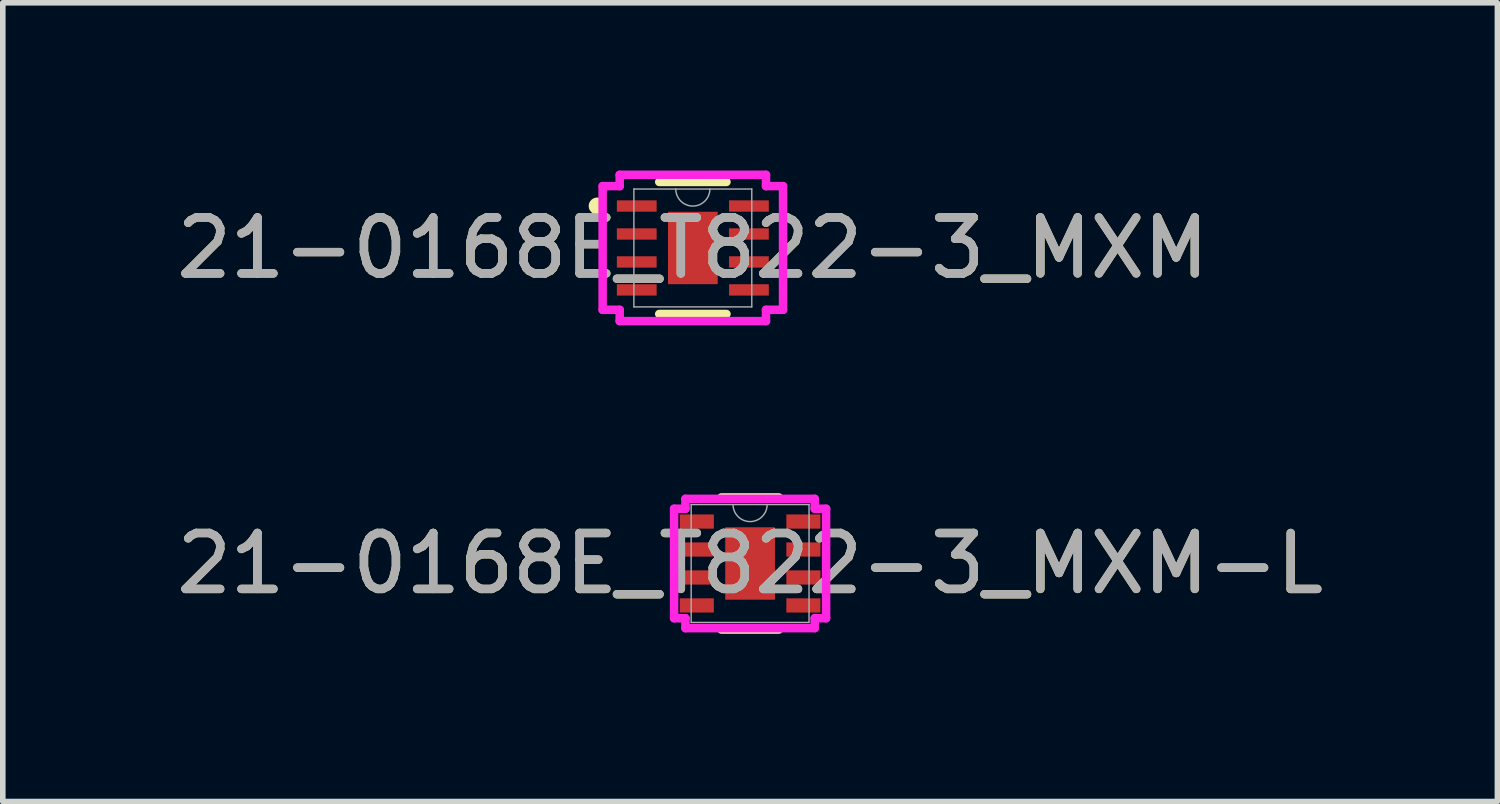
<source format=kicad_pcb>
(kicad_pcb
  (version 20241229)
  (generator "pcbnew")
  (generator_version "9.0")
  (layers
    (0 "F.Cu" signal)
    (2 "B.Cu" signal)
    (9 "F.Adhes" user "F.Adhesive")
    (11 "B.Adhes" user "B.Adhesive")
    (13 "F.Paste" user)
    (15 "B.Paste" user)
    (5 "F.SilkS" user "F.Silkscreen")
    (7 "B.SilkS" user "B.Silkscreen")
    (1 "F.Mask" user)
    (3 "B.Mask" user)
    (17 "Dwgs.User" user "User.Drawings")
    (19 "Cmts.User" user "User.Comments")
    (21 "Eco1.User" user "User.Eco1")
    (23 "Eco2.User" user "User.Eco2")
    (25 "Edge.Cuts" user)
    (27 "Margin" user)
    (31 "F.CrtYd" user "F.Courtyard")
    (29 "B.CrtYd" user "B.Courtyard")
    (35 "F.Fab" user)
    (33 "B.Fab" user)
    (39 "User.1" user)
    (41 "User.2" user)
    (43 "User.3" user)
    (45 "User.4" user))
  (footprint "21-0168E_T822-3_MXM-L"
    (layer "F.Cu")
    (at 10.363 7.026)
    (property "Reference" "21-0168E_T822-3_MXM-L" (at 0 0 0) (unlocked yes) (layer "F.SilkS") (effects (font (size 1 1) (thickness 0.15))))
    (attr smd)
    (fp_line (start -0.513 1.181) (end 0.513 1.181) (stroke (width 0.152) (type solid)) (layer "F.SilkS"))
    (fp_line (start 0.513 -1.181) (end -0.513 -1.181) (stroke (width 0.152) (type solid)) (layer "F.SilkS"))
    (fp_line (start -1.359 -0.979) (end -1.156 -0.979) (stroke (width 0.152) (type solid)) (layer "F.CrtYd"))
    (fp_line (start -1.359 0.979) (end -1.359 -0.979) (stroke (width 0.152) (type solid)) (layer "F.CrtYd"))
    (fp_line (start -1.359 0.979) (end -1.156 0.979) (stroke (width 0.152) (type solid)) (layer "F.CrtYd"))
    (fp_line (start -1.156 -1.156) (end 1.156 -1.156) (stroke (width 0.152) (type solid)) (layer "F.CrtYd"))
    (fp_line (start -1.156 -0.979) (end -1.156 -1.156) (stroke (width 0.152) (type solid)) (layer "F.CrtYd"))
    (fp_line (start -1.156 1.156) (end -1.156 0.979) (stroke (width 0.152) (type solid)) (layer "F.CrtYd"))
    (fp_line (start 1.156 -1.156) (end 1.156 -0.979) (stroke (width 0.152) (type solid)) (layer "F.CrtYd"))
    (fp_line (start 1.156 0.979) (end 1.156 1.156) (stroke (width 0.152) (type solid)) (layer "F.CrtYd"))
    (fp_line (start 1.156 1.156) (end -1.156 1.156) (stroke (width 0.152) (type solid)) (layer "F.CrtYd"))
    (fp_line (start 1.359 -0.979) (end 1.156 -0.979) (stroke (width 0.152) (type solid)) (layer "F.CrtYd"))
    (fp_line (start 1.359 -0.979) (end 1.359 0.979) (stroke (width 0.152) (type solid)) (layer "F.CrtYd"))
    (fp_line (start 1.359 0.979) (end 1.156 0.979) (stroke (width 0.152) (type solid)) (layer "F.CrtYd"))
    (fp_line (start -1.054 -1.054) (end -1.054 1.054) (stroke (width 0.025) (type solid)) (layer "F.Fab"))
    (fp_line (start -1.054 1.054) (end 1.054 1.054) (stroke (width 0.025) (type solid)) (layer "F.Fab"))
    (fp_line (start 1.054 -1.054) (end -1.054 -1.054) (stroke (width 0.025) (type solid)) (layer "F.Fab"))
    (fp_line (start 1.054 1.054) (end 1.054 -1.054) (stroke (width 0.025) (type solid)) (layer "F.Fab"))
    (fp_arc (start 0.3048 -1.0541) (mid 0 -0.7493) (end -0.3048 -1.0541) (stroke (width 0.0254) (type solid)) (layer "F.Fab"))
    (fp_text user "${REFERENCE}" (at 0 0 0) (unlocked yes) (layer "F.Fab") (effects (font (size 1 1) (thickness 0.15))))
    (pad "1" smd rect (at -0.953 -0.75) (size 0.61 0.254) (layers "F.Cu" "F.Mask" "F.Paste"))
    (pad "2" smd rect (at -0.953 -0.25) (size 0.61 0.254) (layers "F.Cu" "F.Mask" "F.Paste"))
    (pad "3" smd rect (at -0.953 0.25) (size 0.61 0.254) (layers "F.Cu" "F.Mask" "F.Paste"))
    (pad "4" smd rect (at -0.953 0.75) (size 0.61 0.254) (layers "F.Cu" "F.Mask" "F.Paste"))
    (pad "5" smd rect (at 0.953 0.75) (size 0.61 0.254) (layers "F.Cu" "F.Mask" "F.Paste"))
    (pad "6" smd rect (at 0.953 0.25) (size 0.61 0.254) (layers "F.Cu" "F.Mask" "F.Paste"))
    (pad "7" smd rect (at 0.953 -0.25) (size 0.61 0.254) (layers "F.Cu" "F.Mask" "F.Paste"))
    (pad "8" smd rect (at 0.953 -0.75) (size 0.61 0.254) (layers "F.Cu" "F.Mask" "F.Paste"))
    (pad "9" smd rect (at 0 0) (size 0.889 1.295) (layers "F.Cu" "F.Mask" "F.Paste")))
  (footprint "21-0168E_T822-3_MXM"
    (layer "F.Cu")
    (at 9.339 1.384)
    (property "Reference" "21-0168E_T822-3_MXM" (at 0 0 0) (unlocked yes) (layer "F.SilkS") (effects (font (size 1 1) (thickness 0.15))))
    (attr smd)
    (fp_line (start -0.601 1.181) (end 0.601 1.181) (stroke (width 0.152) (type solid)) (layer "F.SilkS"))
    (fp_line (start 0.601 -1.181) (end -0.601 -1.181) (stroke (width 0.152) (type solid)) (layer "F.SilkS"))
    (fp_arc (start -1.69164 -0.676171) (mid -1.7867 -0.75) (end -1.69164 -0.823829) (stroke (width 0.1524) (type solid)) (layer "F.SilkS"))
    (fp_poly (pts (xy -0.445 -0.648) (xy -0.445 0.648) (xy 0.445 0.648) (xy 0.445 -0.648)) (stroke (width 0) (type solid)) (fill yes) (layer "F.Paste"))
    (fp_line (start -1.613 -1.106) (end -1.308 -1.106) (stroke (width 0.152) (type solid)) (layer "F.CrtYd"))
    (fp_line (start -1.613 1.106) (end -1.613 -1.106) (stroke (width 0.152) (type solid)) (layer "F.CrtYd"))
    (fp_line (start -1.613 1.106) (end -1.308 1.106) (stroke (width 0.152) (type solid)) (layer "F.CrtYd"))
    (fp_line (start -1.308 -1.308) (end 1.308 -1.308) (stroke (width 0.152) (type solid)) (layer "F.CrtYd"))
    (fp_line (start -1.308 -1.106) (end -1.308 -1.308) (stroke (width 0.152) (type solid)) (layer "F.CrtYd"))
    (fp_line (start -1.308 1.308) (end -1.308 1.106) (stroke (width 0.152) (type solid)) (layer "F.CrtYd"))
    (fp_line (start 1.308 -1.308) (end 1.308 -1.106) (stroke (width 0.152) (type solid)) (layer "F.CrtYd"))
    (fp_line (start 1.308 1.106) (end 1.308 1.308) (stroke (width 0.152) (type solid)) (layer "F.CrtYd"))
    (fp_line (start 1.308 1.308) (end -1.308 1.308) (stroke (width 0.152) (type solid)) (layer "F.CrtYd"))
    (fp_line (start 1.613 -1.106) (end 1.308 -1.106) (stroke (width 0.152) (type solid)) (layer "F.CrtYd"))
    (fp_line (start 1.613 -1.106) (end 1.613 1.106) (stroke (width 0.152) (type solid)) (layer "F.CrtYd"))
    (fp_line (start 1.613 1.106) (end 1.308 1.106) (stroke (width 0.152) (type solid)) (layer "F.CrtYd"))
    (fp_line (start -1.054 -1.054) (end -1.054 1.054) (stroke (width 0.025) (type solid)) (layer "F.Fab"))
    (fp_line (start -1.054 1.054) (end 1.054 1.054) (stroke (width 0.025) (type solid)) (layer "F.Fab"))
    (fp_line (start 1.054 -1.054) (end -1.054 -1.054) (stroke (width 0.025) (type solid)) (layer "F.Fab"))
    (fp_line (start 1.054 1.054) (end 1.054 -1.054) (stroke (width 0.025) (type solid)) (layer "F.Fab"))
    (fp_arc (start 0.3048 -1.0541) (mid 0 -0.7493) (end -0.3048 -1.0541) (stroke (width 0.0254) (type solid)) (layer "F.Fab"))
    (fp_text user "${REFERENCE}" (at 0 0 0) (unlocked yes) (layer "F.Fab") (effects (font (size 1 1) (thickness 0.15))))
    (pad "1" smd rect (at -1.003 -0.75) (size 0.711 0.203) (layers "F.Cu" "F.Mask" "F.Paste"))
    (pad "2" smd rect (at -1.003 -0.25) (size 0.711 0.203) (layers "F.Cu" "F.Mask" "F.Paste"))
    (pad "3" smd rect (at -1.003 0.25) (size 0.711 0.203) (layers "F.Cu" "F.Mask" "F.Paste"))
    (pad "4" smd rect (at -1.003 0.75) (size 0.711 0.203) (layers "F.Cu" "F.Mask" "F.Paste"))
    (pad "5" smd rect (at 1.003 0.75) (size 0.711 0.203) (layers "F.Cu" "F.Mask" "F.Paste"))
    (pad "6" smd rect (at 1.003 0.25) (size 0.711 0.203) (layers "F.Cu" "F.Mask" "F.Paste"))
    (pad "7" smd rect (at 1.003 -0.25) (size 0.711 0.203) (layers "F.Cu" "F.Mask" "F.Paste"))
    (pad "8" smd rect (at 1.003 -0.75) (size 0.711 0.203) (layers "F.Cu" "F.Mask" "F.Paste"))
    (pad "9" smd rect (at 0 0) (size 0.889 1.295) (layers "F.Cu" "F.Mask" "F.Paste")))
  (gr_rect
    (start -3 -3)
    (end 23.726 11.283)
    (stroke (width 0.1) (type default))
    (fill no)
    (layer "Edge.Cuts")))
</source>
